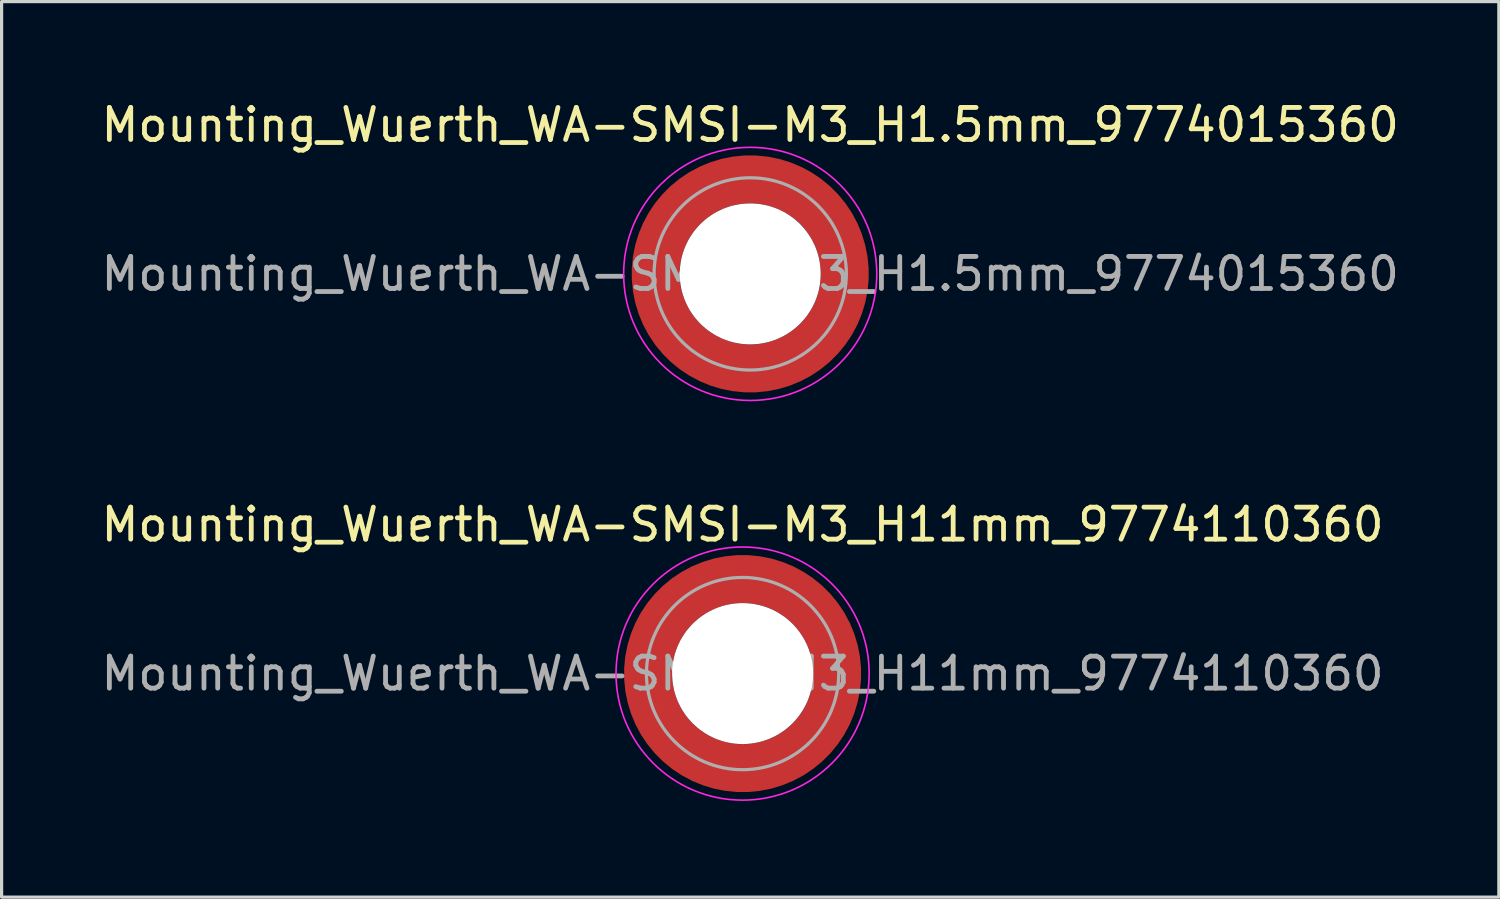
<source format=kicad_pcb>
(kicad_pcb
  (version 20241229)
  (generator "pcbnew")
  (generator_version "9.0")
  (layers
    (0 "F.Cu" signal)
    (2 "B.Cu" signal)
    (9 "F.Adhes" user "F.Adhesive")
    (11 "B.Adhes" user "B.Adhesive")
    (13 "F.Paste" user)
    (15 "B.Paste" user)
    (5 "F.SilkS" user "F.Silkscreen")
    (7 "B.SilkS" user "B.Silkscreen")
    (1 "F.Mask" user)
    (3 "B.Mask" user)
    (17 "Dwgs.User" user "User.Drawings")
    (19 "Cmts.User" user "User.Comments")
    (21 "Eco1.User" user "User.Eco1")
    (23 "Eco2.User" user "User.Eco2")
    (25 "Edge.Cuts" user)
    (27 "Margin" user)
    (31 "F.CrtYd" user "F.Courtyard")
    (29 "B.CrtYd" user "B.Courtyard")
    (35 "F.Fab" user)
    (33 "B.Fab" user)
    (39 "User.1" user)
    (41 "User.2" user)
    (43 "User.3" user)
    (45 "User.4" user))
  (footprint "Mounting_Wuerth_WA-SMSI-M3_H11mm_9774110360"
    (layer "F.Cu")
    (at 20.125 17.971)
    (property "Reference" "Mounting_Wuerth_WA-SMSI-M3_H11mm_9774110360" (at 0 -4.65 0) (layer "F.SilkS") (effects (font (size 1 1) (thickness 0.15))))
    (attr smd allow_soldermask_bridges)
    (fp_circle (center 0 0) (end 3.95 0) (stroke (width 0.05) (type solid)) (fill no) (layer "F.CrtYd"))
    (fp_circle (center 0 0) (end 3 0) (stroke (width 0.1) (type solid)) (fill no) (layer "F.Fab"))
    (fp_text user "${REFERENCE}" (at 0 0 0) (layer "F.Fab") (effects (font (size 1 1) (thickness 0.15))))
    (pad "" smd custom (at -2.058 -2.058) (size 0.55 0.55) (layers "F.Paste") (options (anchor circle)) (primitives (gr_arc (start -0.377294 1.707681) (mid 0.318198 0.318198) (end 1.707681 -0.377294) (width 0.2)) (gr_arc (start -0.478281 1.707681) (mid 0.247487 0.247487) (end 1.707681 -0.478281) (width 0.2)) (gr_arc (start -0.579192 1.707681) (mid 0.176777 0.176777) (end 1.707681 -0.579192) (width 0.2)) (gr_arc (start -0.680037 1.707681) (mid 0.106066 0.106066) (end 1.707681 -0.680037) (width 0.2)) (gr_arc (start -0.780822 1.707681) (mid 0.035355 0.035355) (end 1.707681 -0.780822) (width 0.2)) (gr_arc (start -0.881554 1.707681) (mid -0.035355 -0.035355) (end 1.707681 -0.881554) (width 0.2)) (gr_arc (start -0.982237 1.707681) (mid -0.106066 -0.106066) (end 1.707681 -0.982237) (width 0.2)) (gr_arc (start -1.082877 1.707681) (mid -0.176777 -0.176777) (end 1.707681 -1.082877) (width 0.2)) (gr_arc (start -1.183476 1.707681) (mid -0.247487 -0.247487) (end 1.707681 -1.183476) (width 0.2)) (gr_arc (start -1.28404 1.707681) (mid -0.318198 -0.318198) (end 1.707681 -1.28404) (width 0.2)) (gr_line (start 1.708 -0.377) (end 1.708 -1.284) (width 0.2)) (gr_line (start -0.377 1.708) (end -1.284 1.708) (width 0.2))))
    (pad "" smd custom (at -2.058 2.058) (size 0.55 0.55) (layers "F.Paste") (options (anchor circle)) (primitives (gr_arc (start 1.707681 0.377294) (mid 0.318198 -0.318198) (end -0.377294 -1.707681) (width 0.2)) (gr_arc (start 1.707681 0.478281) (mid 0.247487 -0.247487) (end -0.478281 -1.707681) (width 0.2)) (gr_arc (start 1.707681 0.579192) (mid 0.176777 -0.176777) (end -0.579192 -1.707681) (width 0.2)) (gr_arc (start 1.707681 0.680037) (mid 0.106066 -0.106066) (end -0.680037 -1.707681) (width 0.2)) (gr_arc (start 1.707681 0.780822) (mid 0.035355 -0.035355) (end -0.780822 -1.707681) (width 0.2)) (gr_arc (start 1.707681 0.881554) (mid -0.035355 0.035355) (end -0.881554 -1.707681) (width 0.2)) (gr_arc (start 1.707681 0.982237) (mid -0.106066 0.106066) (end -0.982237 -1.707681) (width 0.2)) (gr_arc (start 1.707681 1.082877) (mid -0.176777 0.176777) (end -1.082877 -1.707681) (width 0.2)) (gr_arc (start 1.707681 1.183476) (mid -0.247487 0.247487) (end -1.183476 -1.707681) (width 0.2)) (gr_arc (start 1.707681 1.28404) (mid -0.318198 0.318198) (end -1.28404 -1.707681) (width 0.2)) (gr_line (start -0.377 -1.708) (end -1.284 -1.708) (width 0.2)) (gr_line (start 1.708 0.377) (end 1.708 1.284) (width 0.2))))
    (pad "" np_thru_hole circle (at 0 0) (size 4.4 4.4) (drill 4.4) (layers "*.Cu" "*.Mask"))
    (pad "" smd custom (at 2.058 -2.058) (size 0.55 0.55) (layers "F.Paste") (options (anchor circle)) (primitives (gr_arc (start -1.707681 -0.377294) (mid -0.318198 0.318198) (end 0.377294 1.707681) (width 0.2)) (gr_arc (start -1.707681 -0.478281) (mid -0.247487 0.247487) (end 0.478281 1.707681) (width 0.2)) (gr_arc (start -1.707681 -0.579192) (mid -0.176777 0.176777) (end 0.579192 1.707681) (width 0.2)) (gr_arc (start -1.707681 -0.680037) (mid -0.106066 0.106066) (end 0.680037 1.707681) (width 0.2)) (gr_arc (start -1.707681 -0.780822) (mid -0.035355 0.035355) (end 0.780822 1.707681) (width 0.2)) (gr_arc (start -1.707681 -0.881554) (mid 0.035355 -0.035355) (end 0.881554 1.707681) (width 0.2)) (gr_arc (start -1.707681 -0.982237) (mid 0.106066 -0.106066) (end 0.982237 1.707681) (width 0.2)) (gr_arc (start -1.707681 -1.082877) (mid 0.176777 -0.176777) (end 1.082877 1.707681) (width 0.2)) (gr_arc (start -1.707681 -1.183476) (mid 0.247487 -0.247487) (end 1.183476 1.707681) (width 0.2)) (gr_arc (start -1.707681 -1.28404) (mid 0.318198 -0.318198) (end 1.28404 1.707681) (width 0.2)) (gr_line (start 0.377 1.708) (end 1.284 1.708) (width 0.2)) (gr_line (start -1.708 -0.377) (end -1.708 -1.284) (width 0.2))))
    (pad "" smd custom (at 2.058 2.058) (size 0.55 0.55) (layers "F.Paste") (options (anchor circle)) (primitives (gr_arc (start 0.377294 -1.707681) (mid -0.318198 -0.318198) (end -1.707681 0.377294) (width 0.2)) (gr_arc (start 0.478281 -1.707681) (mid -0.247487 -0.247487) (end -1.707681 0.478281) (width 0.2)) (gr_arc (start 0.579192 -1.707681) (mid -0.176777 -0.176777) (end -1.707681 0.579192) (width 0.2)) (gr_arc (start 0.680037 -1.707681) (mid -0.106066 -0.106066) (end -1.707681 0.680037) (width 0.2)) (gr_arc (start 0.780822 -1.707681) (mid -0.035355 -0.035355) (end -1.707681 0.780822) (width 0.2)) (gr_arc (start 0.881554 -1.707681) (mid 0.035355 0.035355) (end -1.707681 0.881554) (width 0.2)) (gr_arc (start 0.982237 -1.707681) (mid 0.106066 0.106066) (end -1.707681 0.982237) (width 0.2)) (gr_arc (start 1.082877 -1.707681) (mid 0.176777 0.176777) (end -1.707681 1.082877) (width 0.2)) (gr_arc (start 1.183476 -1.707681) (mid 0.247487 0.247487) (end -1.707681 1.183476) (width 0.2)) (gr_arc (start 1.28404 -1.707681) (mid 0.318198 0.318198) (end -1.707681 1.28404) (width 0.2)) (gr_line (start -1.708 0.377) (end -1.708 1.284) (width 0.2)) (gr_line (start 0.377 -1.708) (end 1.284 -1.708) (width 0.2))))
    (pad "1" smd circle (at -2.95 0) (size 0.992 0.992) (layers "F.Cu"))
    (pad "1" smd circle (at 0 -2.95) (size 0.992 0.992) (layers "F.Cu"))
    (pad "1" smd circle (at 0 2.95) (size 0.992 0.992) (layers "F.Cu"))
    (pad "1" smd custom (at 2.95 0) (size 1.5 1.5) (layers "F.Cu" "F.Mask") (options (anchor circle)) (primitives (gr_circle (center -2.95 0) (end 0 0) (width 1.5) (fill no)))))
  (footprint "Mounting_Wuerth_WA-SMSI-M3_H1.5mm_9774015360"
    (layer "F.Cu")
    (at 20.363 5.498)
    (property "Reference" "Mounting_Wuerth_WA-SMSI-M3_H1.5mm_9774015360" (at 0 -4.65 0) (layer "F.SilkS") (effects (font (size 1 1) (thickness 0.15))))
    (attr smd allow_soldermask_bridges)
    (fp_circle (center 0 0) (end 3.95 0) (stroke (width 0.05) (type solid)) (fill no) (layer "F.CrtYd"))
    (fp_circle (center 0 0) (end 3 0) (stroke (width 0.1) (type solid)) (fill no) (layer "F.Fab"))
    (fp_text user "${REFERENCE}" (at 0 0 0) (layer "F.Fab") (effects (font (size 1 1) (thickness 0.15))))
    (pad "" smd custom (at -2.058 -2.058) (size 0.55 0.55) (layers "F.Paste") (options (anchor circle)) (primitives (gr_arc (start -0.377294 1.707681) (mid 0.318198 0.318198) (end 1.707681 -0.377294) (width 0.2)) (gr_arc (start -0.478281 1.707681) (mid 0.247487 0.247487) (end 1.707681 -0.478281) (width 0.2)) (gr_arc (start -0.579192 1.707681) (mid 0.176777 0.176777) (end 1.707681 -0.579192) (width 0.2)) (gr_arc (start -0.680037 1.707681) (mid 0.106066 0.106066) (end 1.707681 -0.680037) (width 0.2)) (gr_arc (start -0.780822 1.707681) (mid 0.035355 0.035355) (end 1.707681 -0.780822) (width 0.2)) (gr_arc (start -0.881554 1.707681) (mid -0.035355 -0.035355) (end 1.707681 -0.881554) (width 0.2)) (gr_arc (start -0.982237 1.707681) (mid -0.106066 -0.106066) (end 1.707681 -0.982237) (width 0.2)) (gr_arc (start -1.082877 1.707681) (mid -0.176777 -0.176777) (end 1.707681 -1.082877) (width 0.2)) (gr_arc (start -1.183476 1.707681) (mid -0.247487 -0.247487) (end 1.707681 -1.183476) (width 0.2)) (gr_arc (start -1.28404 1.707681) (mid -0.318198 -0.318198) (end 1.707681 -1.28404) (width 0.2)) (gr_line (start 1.708 -0.377) (end 1.708 -1.284) (width 0.2)) (gr_line (start -0.377 1.708) (end -1.284 1.708) (width 0.2))))
    (pad "" smd custom (at -2.058 2.058) (size 0.55 0.55) (layers "F.Paste") (options (anchor circle)) (primitives (gr_arc (start 1.707681 0.377294) (mid 0.318198 -0.318198) (end -0.377294 -1.707681) (width 0.2)) (gr_arc (start 1.707681 0.478281) (mid 0.247487 -0.247487) (end -0.478281 -1.707681) (width 0.2)) (gr_arc (start 1.707681 0.579192) (mid 0.176777 -0.176777) (end -0.579192 -1.707681) (width 0.2)) (gr_arc (start 1.707681 0.680037) (mid 0.106066 -0.106066) (end -0.680037 -1.707681) (width 0.2)) (gr_arc (start 1.707681 0.780822) (mid 0.035355 -0.035355) (end -0.780822 -1.707681) (width 0.2)) (gr_arc (start 1.707681 0.881554) (mid -0.035355 0.035355) (end -0.881554 -1.707681) (width 0.2)) (gr_arc (start 1.707681 0.982237) (mid -0.106066 0.106066) (end -0.982237 -1.707681) (width 0.2)) (gr_arc (start 1.707681 1.082877) (mid -0.176777 0.176777) (end -1.082877 -1.707681) (width 0.2)) (gr_arc (start 1.707681 1.183476) (mid -0.247487 0.247487) (end -1.183476 -1.707681) (width 0.2)) (gr_arc (start 1.707681 1.28404) (mid -0.318198 0.318198) (end -1.28404 -1.707681) (width 0.2)) (gr_line (start -0.377 -1.708) (end -1.284 -1.708) (width 0.2)) (gr_line (start 1.708 0.377) (end 1.708 1.284) (width 0.2))))
    (pad "" np_thru_hole circle (at 0 0) (size 4.4 4.4) (drill 4.4) (layers "*.Cu" "*.Mask"))
    (pad "" smd custom (at 2.058 -2.058) (size 0.55 0.55) (layers "F.Paste") (options (anchor circle)) (primitives (gr_arc (start -1.707681 -0.377294) (mid -0.318198 0.318198) (end 0.377294 1.707681) (width 0.2)) (gr_arc (start -1.707681 -0.478281) (mid -0.247487 0.247487) (end 0.478281 1.707681) (width 0.2)) (gr_arc (start -1.707681 -0.579192) (mid -0.176777 0.176777) (end 0.579192 1.707681) (width 0.2)) (gr_arc (start -1.707681 -0.680037) (mid -0.106066 0.106066) (end 0.680037 1.707681) (width 0.2)) (gr_arc (start -1.707681 -0.780822) (mid -0.035355 0.035355) (end 0.780822 1.707681) (width 0.2)) (gr_arc (start -1.707681 -0.881554) (mid 0.035355 -0.035355) (end 0.881554 1.707681) (width 0.2)) (gr_arc (start -1.707681 -0.982237) (mid 0.106066 -0.106066) (end 0.982237 1.707681) (width 0.2)) (gr_arc (start -1.707681 -1.082877) (mid 0.176777 -0.176777) (end 1.082877 1.707681) (width 0.2)) (gr_arc (start -1.707681 -1.183476) (mid 0.247487 -0.247487) (end 1.183476 1.707681) (width 0.2)) (gr_arc (start -1.707681 -1.28404) (mid 0.318198 -0.318198) (end 1.28404 1.707681) (width 0.2)) (gr_line (start 0.377 1.708) (end 1.284 1.708) (width 0.2)) (gr_line (start -1.708 -0.377) (end -1.708 -1.284) (width 0.2))))
    (pad "" smd custom (at 2.058 2.058) (size 0.55 0.55) (layers "F.Paste") (options (anchor circle)) (primitives (gr_arc (start 0.377294 -1.707681) (mid -0.318198 -0.318198) (end -1.707681 0.377294) (width 0.2)) (gr_arc (start 0.478281 -1.707681) (mid -0.247487 -0.247487) (end -1.707681 0.478281) (width 0.2)) (gr_arc (start 0.579192 -1.707681) (mid -0.176777 -0.176777) (end -1.707681 0.579192) (width 0.2)) (gr_arc (start 0.680037 -1.707681) (mid -0.106066 -0.106066) (end -1.707681 0.680037) (width 0.2)) (gr_arc (start 0.780822 -1.707681) (mid -0.035355 -0.035355) (end -1.707681 0.780822) (width 0.2)) (gr_arc (start 0.881554 -1.707681) (mid 0.035355 0.035355) (end -1.707681 0.881554) (width 0.2)) (gr_arc (start 0.982237 -1.707681) (mid 0.106066 0.106066) (end -1.707681 0.982237) (width 0.2)) (gr_arc (start 1.082877 -1.707681) (mid 0.176777 0.176777) (end -1.707681 1.082877) (width 0.2)) (gr_arc (start 1.183476 -1.707681) (mid 0.247487 0.247487) (end -1.707681 1.183476) (width 0.2)) (gr_arc (start 1.28404 -1.707681) (mid 0.318198 0.318198) (end -1.707681 1.28404) (width 0.2)) (gr_line (start -1.708 0.377) (end -1.708 1.284) (width 0.2)) (gr_line (start 0.377 -1.708) (end 1.284 -1.708) (width 0.2))))
    (pad "1" smd circle (at -2.95 0) (size 0.992 0.992) (layers "F.Cu"))
    (pad "1" smd circle (at 0 -2.95) (size 0.992 0.992) (layers "F.Cu"))
    (pad "1" smd circle (at 0 2.95) (size 0.992 0.992) (layers "F.Cu"))
    (pad "1" smd custom (at 2.95 0) (size 1.5 1.5) (layers "F.Cu" "F.Mask") (options (anchor circle)) (primitives (gr_circle (center -2.95 0) (end 0 0) (width 1.5) (fill no)))))
  (gr_rect
    (start -3 -3)
    (end 43.726 24.947)
    (stroke (width 0.1) (type default))
    (fill no)
    (layer "Edge.Cuts")))
</source>
